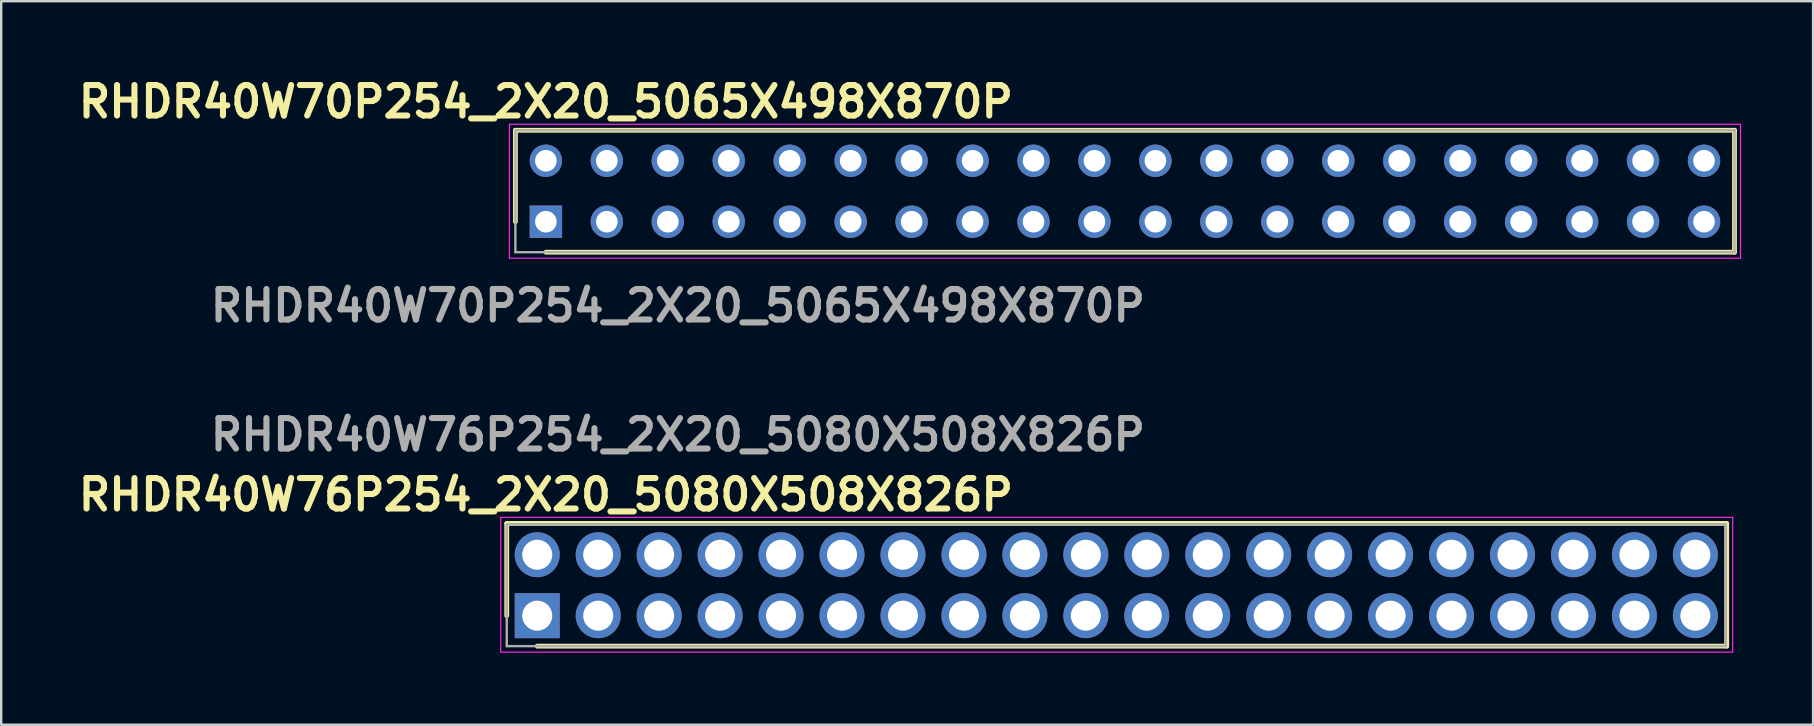
<source format=kicad_pcb>
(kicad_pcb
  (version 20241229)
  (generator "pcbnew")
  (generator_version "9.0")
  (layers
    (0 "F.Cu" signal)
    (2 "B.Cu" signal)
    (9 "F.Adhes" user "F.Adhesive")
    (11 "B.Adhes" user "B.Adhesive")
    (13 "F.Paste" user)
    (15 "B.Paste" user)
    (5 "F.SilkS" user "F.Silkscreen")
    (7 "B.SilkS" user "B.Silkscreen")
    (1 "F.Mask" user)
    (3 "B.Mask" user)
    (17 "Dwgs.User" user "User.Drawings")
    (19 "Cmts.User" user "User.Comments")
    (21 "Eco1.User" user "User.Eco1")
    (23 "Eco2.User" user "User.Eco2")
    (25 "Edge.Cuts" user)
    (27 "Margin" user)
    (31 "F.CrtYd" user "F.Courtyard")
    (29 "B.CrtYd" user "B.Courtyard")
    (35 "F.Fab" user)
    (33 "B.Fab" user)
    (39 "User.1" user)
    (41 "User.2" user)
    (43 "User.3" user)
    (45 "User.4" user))
  (footprint "RHDR40W70P254_2X20_5065X498X870P"
    (layer "F.Cu")
    (at 19.697 6.189)
    (property "Reference" "RHDR40W70P254_2X20_5065X498X870P" (at 0 -5 0) (layer "F.SilkS") (effects (font (size 1.27 1.27) (thickness 0.254))))
    (attr through_hole)
    (fp_line (start -1.27 -3.81) (end -1.27 0) (stroke (width 0.2) (type solid)) (layer "F.SilkS"))
    (fp_line (start 0 1.27) (end 49.53 1.27) (stroke (width 0.2) (type solid)) (layer "F.SilkS"))
    (fp_line (start 49.53 -3.81) (end -1.27 -3.81) (stroke (width 0.2) (type solid)) (layer "F.SilkS"))
    (fp_line (start 49.53 1.27) (end 49.53 -3.81) (stroke (width 0.2) (type solid)) (layer "F.SilkS"))
    (fp_line (start -1.52 -4.06) (end 49.78 -4.06) (stroke (width 0.05) (type solid)) (layer "F.CrtYd"))
    (fp_line (start -1.52 1.52) (end -1.52 -4.06) (stroke (width 0.05) (type solid)) (layer "F.CrtYd"))
    (fp_line (start 49.78 -4.06) (end 49.78 1.52) (stroke (width 0.05) (type solid)) (layer "F.CrtYd"))
    (fp_line (start 49.78 1.52) (end -1.52 1.52) (stroke (width 0.05) (type solid)) (layer "F.CrtYd"))
    (fp_line (start -1.27 -3.81) (end 49.53 -3.81) (stroke (width 0.1) (type solid)) (layer "F.Fab"))
    (fp_line (start -1.27 1.27) (end -1.27 -3.81) (stroke (width 0.1) (type solid)) (layer "F.Fab"))
    (fp_line (start 49.53 -3.81) (end 49.53 1.27) (stroke (width 0.1) (type solid)) (layer "F.Fab"))
    (fp_line (start 49.53 1.27) (end -1.27 1.27) (stroke (width 0.1) (type solid)) (layer "F.Fab"))
    (fp_text user "${REFERENCE}" (at 5.5 3.5 0) (layer "F.Fab") (effects (font (size 1.27 1.27) (thickness 0.254))))
    (pad "1" thru_hole rect (at 0 0) (size 1.35 1.35) (drill 0.9) (layers "*.Cu" "*.Mask"))
    (pad "2" thru_hole circle (at 0 -2.54) (size 1.35 1.35) (drill 0.9) (layers "*.Cu" "*.Mask"))
    (pad "3" thru_hole circle (at 2.54 0) (size 1.35 1.35) (drill 0.9) (layers "*.Cu" "*.Mask"))
    (pad "4" thru_hole circle (at 2.54 -2.54) (size 1.35 1.35) (drill 0.9) (layers "*.Cu" "*.Mask"))
    (pad "5" thru_hole circle (at 5.08 0) (size 1.35 1.35) (drill 0.9) (layers "*.Cu" "*.Mask"))
    (pad "6" thru_hole circle (at 5.08 -2.54) (size 1.35 1.35) (drill 0.9) (layers "*.Cu" "*.Mask"))
    (pad "7" thru_hole circle (at 7.62 0) (size 1.35 1.35) (drill 0.9) (layers "*.Cu" "*.Mask"))
    (pad "8" thru_hole circle (at 7.62 -2.54) (size 1.35 1.35) (drill 0.9) (layers "*.Cu" "*.Mask"))
    (pad "9" thru_hole circle (at 10.16 0) (size 1.35 1.35) (drill 0.9) (layers "*.Cu" "*.Mask"))
    (pad "10" thru_hole circle (at 10.16 -2.54) (size 1.35 1.35) (drill 0.9) (layers "*.Cu" "*.Mask"))
    (pad "11" thru_hole circle (at 12.7 0) (size 1.35 1.35) (drill 0.9) (layers "*.Cu" "*.Mask"))
    (pad "12" thru_hole circle (at 12.7 -2.54) (size 1.35 1.35) (drill 0.9) (layers "*.Cu" "*.Mask"))
    (pad "13" thru_hole circle (at 15.24 0) (size 1.35 1.35) (drill 0.9) (layers "*.Cu" "*.Mask"))
    (pad "14" thru_hole circle (at 15.24 -2.54) (size 1.35 1.35) (drill 0.9) (layers "*.Cu" "*.Mask"))
    (pad "15" thru_hole circle (at 17.78 0) (size 1.35 1.35) (drill 0.9) (layers "*.Cu" "*.Mask"))
    (pad "16" thru_hole circle (at 17.78 -2.54) (size 1.35 1.35) (drill 0.9) (layers "*.Cu" "*.Mask"))
    (pad "17" thru_hole circle (at 20.32 0) (size 1.35 1.35) (drill 0.9) (layers "*.Cu" "*.Mask"))
    (pad "18" thru_hole circle (at 20.32 -2.54) (size 1.35 1.35) (drill 0.9) (layers "*.Cu" "*.Mask"))
    (pad "19" thru_hole circle (at 22.86 0) (size 1.35 1.35) (drill 0.9) (layers "*.Cu" "*.Mask"))
    (pad "20" thru_hole circle (at 22.86 -2.54) (size 1.35 1.35) (drill 0.9) (layers "*.Cu" "*.Mask"))
    (pad "21" thru_hole circle (at 25.4 0) (size 1.35 1.35) (drill 0.9) (layers "*.Cu" "*.Mask"))
    (pad "22" thru_hole circle (at 25.4 -2.54) (size 1.35 1.35) (drill 0.9) (layers "*.Cu" "*.Mask"))
    (pad "23" thru_hole circle (at 27.94 0) (size 1.35 1.35) (drill 0.9) (layers "*.Cu" "*.Mask"))
    (pad "24" thru_hole circle (at 27.94 -2.54) (size 1.35 1.35) (drill 0.9) (layers "*.Cu" "*.Mask"))
    (pad "25" thru_hole circle (at 30.48 0) (size 1.35 1.35) (drill 0.9) (layers "*.Cu" "*.Mask"))
    (pad "26" thru_hole circle (at 30.48 -2.54) (size 1.35 1.35) (drill 0.9) (layers "*.Cu" "*.Mask"))
    (pad "27" thru_hole circle (at 33.02 0) (size 1.35 1.35) (drill 0.9) (layers "*.Cu" "*.Mask"))
    (pad "28" thru_hole circle (at 33.02 -2.54) (size 1.35 1.35) (drill 0.9) (layers "*.Cu" "*.Mask"))
    (pad "29" thru_hole circle (at 35.56 0) (size 1.35 1.35) (drill 0.9) (layers "*.Cu" "*.Mask"))
    (pad "30" thru_hole circle (at 35.56 -2.54) (size 1.35 1.35) (drill 0.9) (layers "*.Cu" "*.Mask"))
    (pad "31" thru_hole circle (at 38.1 0) (size 1.35 1.35) (drill 0.9) (layers "*.Cu" "*.Mask"))
    (pad "32" thru_hole circle (at 38.1 -2.54) (size 1.35 1.35) (drill 0.9) (layers "*.Cu" "*.Mask"))
    (pad "33" thru_hole circle (at 40.64 0) (size 1.35 1.35) (drill 0.9) (layers "*.Cu" "*.Mask"))
    (pad "34" thru_hole circle (at 40.64 -2.54) (size 1.35 1.35) (drill 0.9) (layers "*.Cu" "*.Mask"))
    (pad "35" thru_hole circle (at 43.18 0) (size 1.35 1.35) (drill 0.9) (layers "*.Cu" "*.Mask"))
    (pad "36" thru_hole circle (at 43.18 -2.54) (size 1.35 1.35) (drill 0.9) (layers "*.Cu" "*.Mask"))
    (pad "37" thru_hole circle (at 45.72 0) (size 1.35 1.35) (drill 0.9) (layers "*.Cu" "*.Mask"))
    (pad "38" thru_hole circle (at 45.72 -2.54) (size 1.35 1.35) (drill 0.9) (layers "*.Cu" "*.Mask"))
    (pad "39" thru_hole circle (at 48.26 0) (size 1.35 1.35) (drill 0.9) (layers "*.Cu" "*.Mask"))
    (pad "40" thru_hole circle (at 48.26 -2.54) (size 1.35 1.35) (drill 0.9) (layers "*.Cu" "*.Mask")))
  (footprint "RHDR40W76P254_2X20_5080X508X826P"
    (layer "F.Cu")
    (at 42.197 21.566)
    (property "Reference" "RHDR40W76P254_2X20_5080X508X826P" (at -22.5 -4 0) (layer "F.SilkS") (effects (font (size 1.27 1.27) (thickness 0.254))))
    (attr through_hole)
    (fp_line (start -24.13 -2.805) (end -24.13 1.04) (stroke (width 0.2) (type solid)) (layer "F.SilkS"))
    (fp_line (start -22.86 2.31) (end 26.705 2.31) (stroke (width 0.2) (type solid)) (layer "F.SilkS"))
    (fp_line (start 26.705 -2.805) (end -24.13 -2.805) (stroke (width 0.2) (type solid)) (layer "F.SilkS"))
    (fp_line (start 26.705 2.31) (end 26.705 -2.805) (stroke (width 0.2) (type solid)) (layer "F.SilkS"))
    (fp_line (start -24.38 -3.055) (end 26.955 -3.055) (stroke (width 0.05) (type solid)) (layer "F.CrtYd"))
    (fp_line (start -24.38 2.56) (end -24.38 -3.055) (stroke (width 0.05) (type solid)) (layer "F.CrtYd"))
    (fp_line (start 26.955 -3.055) (end 26.955 2.56) (stroke (width 0.05) (type solid)) (layer "F.CrtYd"))
    (fp_line (start 26.955 2.56) (end -24.38 2.56) (stroke (width 0.05) (type solid)) (layer "F.CrtYd"))
    (fp_line (start -24.13 -2.77) (end 26.67 -2.77) (stroke (width 0.1) (type solid)) (layer "F.Fab"))
    (fp_line (start -24.13 2.31) (end -24.13 -2.77) (stroke (width 0.1) (type solid)) (layer "F.Fab"))
    (fp_line (start 26.67 -2.77) (end 26.67 2.31) (stroke (width 0.1) (type solid)) (layer "F.Fab"))
    (fp_line (start 26.67 2.31) (end -24.13 2.31) (stroke (width 0.1) (type solid)) (layer "F.Fab"))
    (fp_text user "${REFERENCE}" (at -17 -6.5 0) (layer "F.Fab") (effects (font (size 1.27 1.27) (thickness 0.254))))
    (pad "1" thru_hole rect (at -22.86 1.04) (size 1.875 1.875) (drill 1.25) (layers "*.Cu" "*.Mask"))
    (pad "2" thru_hole circle (at -22.86 -1.5) (size 1.875 1.875) (drill 1.25) (layers "*.Cu" "*.Mask"))
    (pad "3" thru_hole circle (at -20.32 1.04) (size 1.875 1.875) (drill 1.25) (layers "*.Cu" "*.Mask"))
    (pad "4" thru_hole circle (at -20.32 -1.5) (size 1.875 1.875) (drill 1.25) (layers "*.Cu" "*.Mask"))
    (pad "5" thru_hole circle (at -17.78 1.04) (size 1.875 1.875) (drill 1.25) (layers "*.Cu" "*.Mask"))
    (pad "6" thru_hole circle (at -17.78 -1.5) (size 1.875 1.875) (drill 1.25) (layers "*.Cu" "*.Mask"))
    (pad "7" thru_hole circle (at -15.24 1.04) (size 1.875 1.875) (drill 1.25) (layers "*.Cu" "*.Mask"))
    (pad "8" thru_hole circle (at -15.24 -1.5) (size 1.875 1.875) (drill 1.25) (layers "*.Cu" "*.Mask"))
    (pad "9" thru_hole circle (at -12.7 1.04) (size 1.875 1.875) (drill 1.25) (layers "*.Cu" "*.Mask"))
    (pad "10" thru_hole circle (at -12.7 -1.5) (size 1.875 1.875) (drill 1.25) (layers "*.Cu" "*.Mask"))
    (pad "11" thru_hole circle (at -10.16 1.04) (size 1.875 1.875) (drill 1.25) (layers "*.Cu" "*.Mask"))
    (pad "12" thru_hole circle (at -10.16 -1.5) (size 1.875 1.875) (drill 1.25) (layers "*.Cu" "*.Mask"))
    (pad "13" thru_hole circle (at -7.62 1.04) (size 1.875 1.875) (drill 1.25) (layers "*.Cu" "*.Mask"))
    (pad "14" thru_hole circle (at -7.62 -1.5) (size 1.875 1.875) (drill 1.25) (layers "*.Cu" "*.Mask"))
    (pad "15" thru_hole circle (at -5.08 1.04) (size 1.875 1.875) (drill 1.25) (layers "*.Cu" "*.Mask"))
    (pad "16" thru_hole circle (at -5.08 -1.5) (size 1.875 1.875) (drill 1.25) (layers "*.Cu" "*.Mask"))
    (pad "17" thru_hole circle (at -2.54 1.04) (size 1.875 1.875) (drill 1.25) (layers "*.Cu" "*.Mask"))
    (pad "18" thru_hole circle (at -2.54 -1.5) (size 1.875 1.875) (drill 1.25) (layers "*.Cu" "*.Mask"))
    (pad "19" thru_hole circle (at 0 1.04) (size 1.875 1.875) (drill 1.25) (layers "*.Cu" "*.Mask"))
    (pad "20" thru_hole circle (at 0 -1.5) (size 1.875 1.875) (drill 1.25) (layers "*.Cu" "*.Mask"))
    (pad "21" thru_hole circle (at 2.54 1.04) (size 1.875 1.875) (drill 1.25) (layers "*.Cu" "*.Mask"))
    (pad "22" thru_hole circle (at 2.54 -1.5) (size 1.875 1.875) (drill 1.25) (layers "*.Cu" "*.Mask"))
    (pad "23" thru_hole circle (at 5.08 1.04) (size 1.875 1.875) (drill 1.25) (layers "*.Cu" "*.Mask"))
    (pad "24" thru_hole circle (at 5.08 -1.5) (size 1.875 1.875) (drill 1.25) (layers "*.Cu" "*.Mask"))
    (pad "25" thru_hole circle (at 7.62 1.04) (size 1.875 1.875) (drill 1.25) (layers "*.Cu" "*.Mask"))
    (pad "26" thru_hole circle (at 7.62 -1.5) (size 1.875 1.875) (drill 1.25) (layers "*.Cu" "*.Mask"))
    (pad "27" thru_hole circle (at 10.16 1.04) (size 1.875 1.875) (drill 1.25) (layers "*.Cu" "*.Mask"))
    (pad "28" thru_hole circle (at 10.16 -1.5) (size 1.875 1.875) (drill 1.25) (layers "*.Cu" "*.Mask"))
    (pad "29" thru_hole circle (at 12.7 1.04) (size 1.875 1.875) (drill 1.25) (layers "*.Cu" "*.Mask"))
    (pad "30" thru_hole circle (at 12.7 -1.5) (size 1.875 1.875) (drill 1.25) (layers "*.Cu" "*.Mask"))
    (pad "31" thru_hole circle (at 15.24 1.04) (size 1.875 1.875) (drill 1.25) (layers "*.Cu" "*.Mask"))
    (pad "32" thru_hole circle (at 15.24 -1.5) (size 1.875 1.875) (drill 1.25) (layers "*.Cu" "*.Mask"))
    (pad "33" thru_hole circle (at 17.78 1.04) (size 1.875 1.875) (drill 1.25) (layers "*.Cu" "*.Mask"))
    (pad "34" thru_hole circle (at 17.78 -1.5) (size 1.875 1.875) (drill 1.25) (layers "*.Cu" "*.Mask"))
    (pad "35" thru_hole circle (at 20.32 1.04) (size 1.875 1.875) (drill 1.25) (layers "*.Cu" "*.Mask"))
    (pad "36" thru_hole circle (at 20.32 -1.5) (size 1.875 1.875) (drill 1.25) (layers "*.Cu" "*.Mask"))
    (pad "37" thru_hole circle (at 22.86 1.04) (size 1.875 1.875) (drill 1.25) (layers "*.Cu" "*.Mask"))
    (pad "38" thru_hole circle (at 22.86 -1.5) (size 1.875 1.875) (drill 1.25) (layers "*.Cu" "*.Mask"))
    (pad "39" thru_hole circle (at 25.4 1.04) (size 1.875 1.875) (drill 1.25) (layers "*.Cu" "*.Mask"))
    (pad "40" thru_hole circle (at 25.4 -1.5) (size 1.875 1.875) (drill 1.25) (layers "*.Cu" "*.Mask")))
  (gr_rect
    (start -3 -3)
    (end 72.502 27.151)
    (stroke (width 0.1) (type default))
    (fill no)
    (layer "Edge.Cuts")))
</source>
